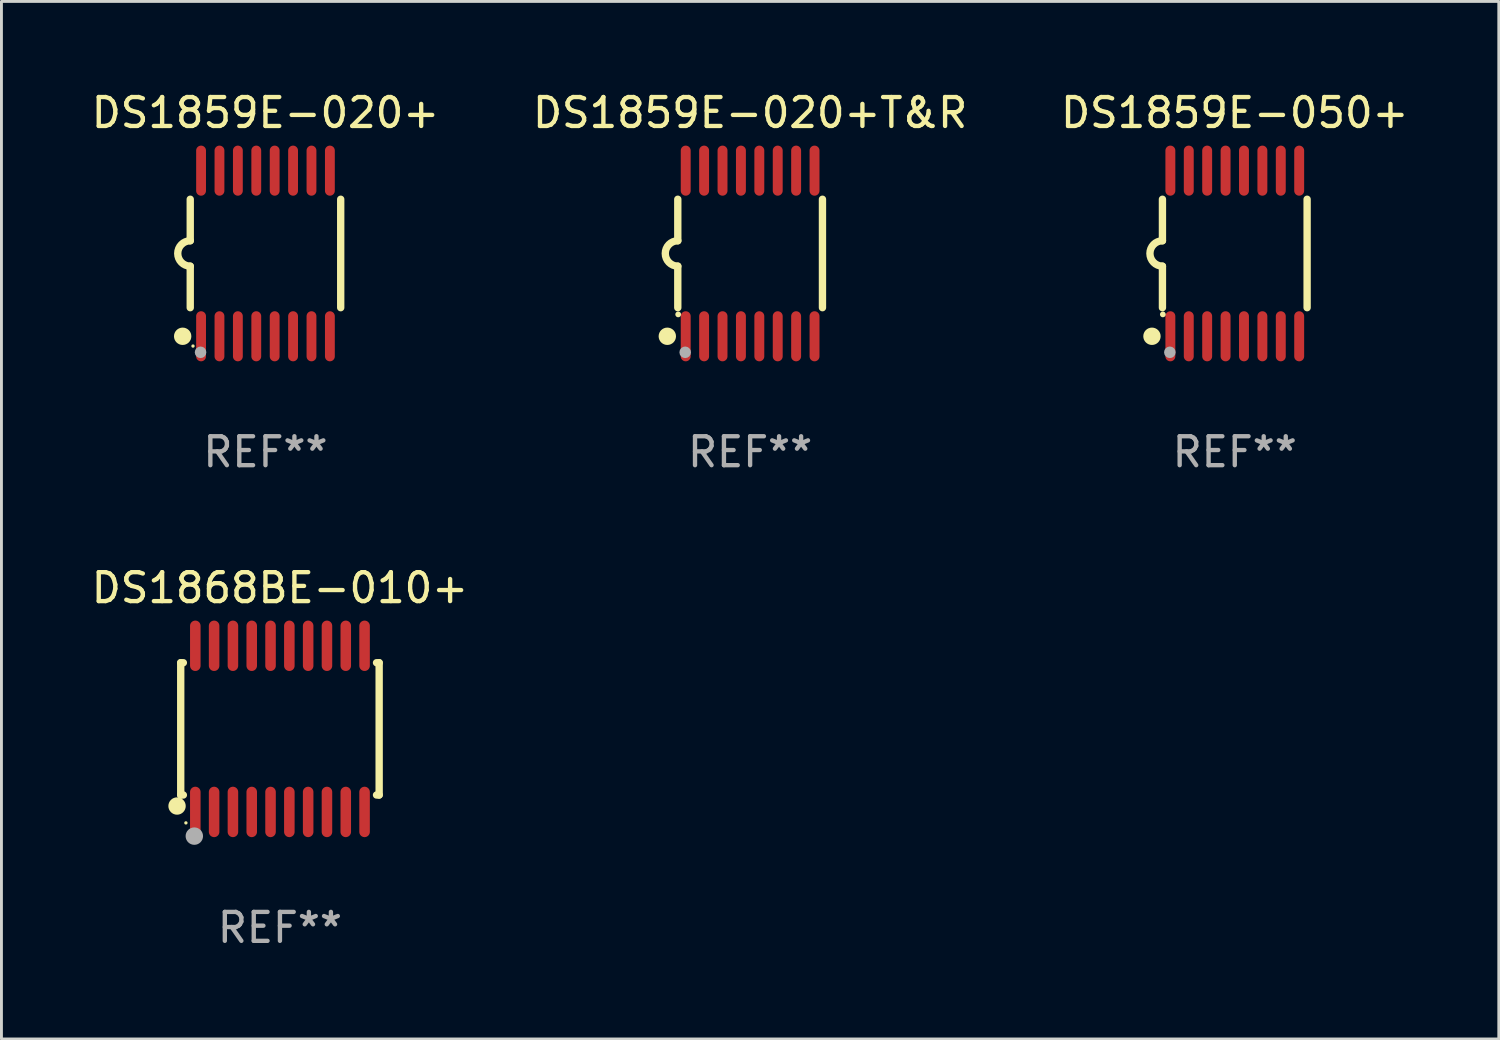
<source format=kicad_pcb>
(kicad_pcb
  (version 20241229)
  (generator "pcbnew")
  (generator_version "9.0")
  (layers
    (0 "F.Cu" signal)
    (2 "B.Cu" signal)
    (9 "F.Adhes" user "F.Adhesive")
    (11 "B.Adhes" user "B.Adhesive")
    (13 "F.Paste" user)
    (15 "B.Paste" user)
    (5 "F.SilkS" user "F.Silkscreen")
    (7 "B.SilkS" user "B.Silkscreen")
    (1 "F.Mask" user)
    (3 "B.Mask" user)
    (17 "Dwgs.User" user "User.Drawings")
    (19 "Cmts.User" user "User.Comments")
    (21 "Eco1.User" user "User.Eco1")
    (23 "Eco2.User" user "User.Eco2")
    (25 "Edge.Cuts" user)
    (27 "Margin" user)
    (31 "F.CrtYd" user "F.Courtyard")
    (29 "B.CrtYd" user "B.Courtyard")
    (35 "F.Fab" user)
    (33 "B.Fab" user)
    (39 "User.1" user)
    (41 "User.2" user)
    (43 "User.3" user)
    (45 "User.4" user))
  (footprint "DS1859E-020+T&R"
    (layer "F.Cu")
    (at 22.875 5.71)
    (property "Reference" "DS1859E-020+T&R" (at 0 -4.862 0) (layer "F.SilkS") (effects (font (size 1 1) (thickness 0.15))))
    (attr through_hole)
    (fp_line (start -2.5 -1.874) (end -2.5 -0.439) (stroke (width 0.254) (type solid)) (layer "F.SilkS"))
    (fp_line (start -2.5 1.874) (end -2.5 0.439) (stroke (width 0.254) (type solid)) (layer "F.SilkS"))
    (fp_line (start 2.5 -1.874) (end 2.5 1.874) (stroke (width 0.254) (type solid)) (layer "F.SilkS"))
    (fp_arc (start -2.5 0.438989) (mid -2.938633 -0.000597) (end -2.499365 -0.439547) (stroke (width 0.254001) (type solid)) (layer "F.SilkS"))
    (fp_circle (center -2.862 2.862) (end -2.712 2.862) (stroke (width 0.3) (type solid)) (fill no) (layer "F.SilkS"))
    (fp_circle (center -2.486 2.106) (end -2.436 2.106) (stroke (width 0.1) (type solid)) (fill no) (layer "F.SilkS"))
    (fp_circle (center -2.244 3.416) (end -2.144 3.416) (stroke (width 0.2) (type solid)) (fill no) (layer "F.Fab"))
    (fp_text user "REF**" (at 0 6.862 0) (layer "F.Fab") (effects (font (size 1 1) (thickness 0.15))))
    (pad "1" smd oval (at -2.226 2.862) (size 0.343 1.731) (layers "F.Cu" "F.Mask" "F.Paste"))
    (pad "2" smd oval (at -1.59 2.862) (size 0.343 1.731) (layers "F.Cu" "F.Mask" "F.Paste"))
    (pad "3" smd oval (at -0.954 2.862) (size 0.343 1.731) (layers "F.Cu" "F.Mask" "F.Paste"))
    (pad "4" smd oval (at -0.318 2.862) (size 0.343 1.731) (layers "F.Cu" "F.Mask" "F.Paste"))
    (pad "5" smd oval (at 0.318 2.862) (size 0.343 1.731) (layers "F.Cu" "F.Mask" "F.Paste"))
    (pad "6" smd oval (at 0.954 2.862) (size 0.343 1.731) (layers "F.Cu" "F.Mask" "F.Paste"))
    (pad "7" smd oval (at 1.59 2.862) (size 0.343 1.731) (layers "F.Cu" "F.Mask" "F.Paste"))
    (pad "8" smd oval (at 2.226 2.862) (size 0.343 1.731) (layers "F.Cu" "F.Mask" "F.Paste"))
    (pad "9" smd oval (at 2.226 -2.862) (size 0.343 1.731) (layers "F.Cu" "F.Mask" "F.Paste"))
    (pad "10" smd oval (at 1.59 -2.862) (size 0.343 1.731) (layers "F.Cu" "F.Mask" "F.Paste"))
    (pad "11" smd oval (at 0.954 -2.862) (size 0.343 1.731) (layers "F.Cu" "F.Mask" "F.Paste"))
    (pad "12" smd oval (at 0.318 -2.862) (size 0.343 1.731) (layers "F.Cu" "F.Mask" "F.Paste"))
    (pad "13" smd oval (at -0.318 -2.862) (size 0.343 1.731) (layers "F.Cu" "F.Mask" "F.Paste"))
    (pad "14" smd oval (at -0.954 -2.862) (size 0.343 1.731) (layers "F.Cu" "F.Mask" "F.Paste"))
    (pad "15" smd oval (at -1.59 -2.862) (size 0.343 1.731) (layers "F.Cu" "F.Mask" "F.Paste"))
    (pad "16" smd oval (at -2.226 -2.862) (size 0.343 1.731) (layers "F.Cu" "F.Mask" "F.Paste")))
  (footprint "DS1859E-050+"
    (layer "F.Cu")
    (at 39.625 5.71)
    (property "Reference" "DS1859E-050+" (at 0 -4.862 0) (layer "F.SilkS") (effects (font (size 1 1) (thickness 0.15))))
    (attr through_hole)
    (fp_line (start -2.5 -1.874) (end -2.5 -0.439) (stroke (width 0.254) (type solid)) (layer "F.SilkS"))
    (fp_line (start -2.5 1.874) (end -2.5 0.439) (stroke (width 0.254) (type solid)) (layer "F.SilkS"))
    (fp_line (start 2.5 -1.874) (end 2.5 1.874) (stroke (width 0.254) (type solid)) (layer "F.SilkS"))
    (fp_arc (start -2.5 0.438989) (mid -2.938633 -0.000597) (end -2.499365 -0.439547) (stroke (width 0.254001) (type solid)) (layer "F.SilkS"))
    (fp_circle (center -2.862 2.862) (end -2.712 2.862) (stroke (width 0.3) (type solid)) (fill no) (layer "F.SilkS"))
    (fp_circle (center -2.486 2.106) (end -2.436 2.106) (stroke (width 0.1) (type solid)) (fill no) (layer "F.SilkS"))
    (fp_circle (center -2.244 3.416) (end -2.144 3.416) (stroke (width 0.2) (type solid)) (fill no) (layer "F.Fab"))
    (fp_text user "REF**" (at 0 6.862 0) (layer "F.Fab") (effects (font (size 1 1) (thickness 0.15))))
    (pad "1" smd oval (at -2.226 2.862) (size 0.343 1.731) (layers "F.Cu" "F.Mask" "F.Paste"))
    (pad "2" smd oval (at -1.59 2.862) (size 0.343 1.731) (layers "F.Cu" "F.Mask" "F.Paste"))
    (pad "3" smd oval (at -0.954 2.862) (size 0.343 1.731) (layers "F.Cu" "F.Mask" "F.Paste"))
    (pad "4" smd oval (at -0.318 2.862) (size 0.343 1.731) (layers "F.Cu" "F.Mask" "F.Paste"))
    (pad "5" smd oval (at 0.318 2.862) (size 0.343 1.731) (layers "F.Cu" "F.Mask" "F.Paste"))
    (pad "6" smd oval (at 0.954 2.862) (size 0.343 1.731) (layers "F.Cu" "F.Mask" "F.Paste"))
    (pad "7" smd oval (at 1.59 2.862) (size 0.343 1.731) (layers "F.Cu" "F.Mask" "F.Paste"))
    (pad "8" smd oval (at 2.226 2.862) (size 0.343 1.731) (layers "F.Cu" "F.Mask" "F.Paste"))
    (pad "9" smd oval (at 2.226 -2.862) (size 0.343 1.731) (layers "F.Cu" "F.Mask" "F.Paste"))
    (pad "10" smd oval (at 1.59 -2.862) (size 0.343 1.731) (layers "F.Cu" "F.Mask" "F.Paste"))
    (pad "11" smd oval (at 0.954 -2.862) (size 0.343 1.731) (layers "F.Cu" "F.Mask" "F.Paste"))
    (pad "12" smd oval (at 0.318 -2.862) (size 0.343 1.731) (layers "F.Cu" "F.Mask" "F.Paste"))
    (pad "13" smd oval (at -0.318 -2.862) (size 0.343 1.731) (layers "F.Cu" "F.Mask" "F.Paste"))
    (pad "14" smd oval (at -0.954 -2.862) (size 0.343 1.731) (layers "F.Cu" "F.Mask" "F.Paste"))
    (pad "15" smd oval (at -1.59 -2.862) (size 0.343 1.731) (layers "F.Cu" "F.Mask" "F.Paste"))
    (pad "16" smd oval (at -2.226 -2.862) (size 0.343 1.731) (layers "F.Cu" "F.Mask" "F.Paste")))
  (footprint "DS1859E-020+"
    (layer "F.Cu")
    (at 6.125 5.71)
    (property "Reference" "DS1859E-020+" (at 0 -4.862 0) (layer "F.SilkS") (effects (font (size 1 1) (thickness 0.15))))
    (attr through_hole)
    (fp_line (start -2.6 -1.874) (end -2.6 -0.439) (stroke (width 0.254) (type solid)) (layer "F.SilkS"))
    (fp_line (start -2.6 1.874) (end -2.6 0.439) (stroke (width 0.254) (type solid)) (layer "F.SilkS"))
    (fp_line (start 2.6 -1.874) (end 2.6 1.874) (stroke (width 0.254) (type solid)) (layer "F.SilkS"))
    (fp_arc (start -2.6 0.438989) (mid -3.038633 -0.000597) (end -2.599365 -0.439547) (stroke (width 0.254001) (type solid)) (layer "F.SilkS"))
    (fp_circle (center -2.862 2.862) (end -2.712 2.862) (stroke (width 0.3) (type solid)) (fill no) (layer "F.SilkS"))
    (fp_circle (center -2.505 3.2) (end -2.475 3.2) (stroke (width 0.06) (type solid)) (fill no) (layer "F.SilkS"))
    (fp_circle (center -2.244 3.416) (end -2.144 3.416) (stroke (width 0.2) (type solid)) (fill no) (layer "F.Fab"))
    (fp_text user "REF**" (at 0 6.862 0) (layer "F.Fab") (effects (font (size 1 1) (thickness 0.15))))
    (pad "1" smd oval (at -2.226 2.862) (size 0.34 1.731) (layers "F.Cu" "F.Mask" "F.Paste"))
    (pad "2" smd oval (at -1.59 2.862) (size 0.34 1.731) (layers "F.Cu" "F.Mask" "F.Paste"))
    (pad "3" smd oval (at -0.954 2.862) (size 0.34 1.731) (layers "F.Cu" "F.Mask" "F.Paste"))
    (pad "4" smd oval (at -0.318 2.862) (size 0.34 1.731) (layers "F.Cu" "F.Mask" "F.Paste"))
    (pad "5" smd oval (at 0.318 2.862) (size 0.34 1.731) (layers "F.Cu" "F.Mask" "F.Paste"))
    (pad "6" smd oval (at 0.954 2.862) (size 0.34 1.731) (layers "F.Cu" "F.Mask" "F.Paste"))
    (pad "7" smd oval (at 1.59 2.862) (size 0.34 1.731) (layers "F.Cu" "F.Mask" "F.Paste"))
    (pad "8" smd oval (at 2.226 2.862) (size 0.34 1.731) (layers "F.Cu" "F.Mask" "F.Paste"))
    (pad "9" smd oval (at 2.226 -2.862) (size 0.34 1.731) (layers "F.Cu" "F.Mask" "F.Paste"))
    (pad "10" smd oval (at 1.59 -2.862) (size 0.34 1.731) (layers "F.Cu" "F.Mask" "F.Paste"))
    (pad "11" smd oval (at 0.954 -2.862) (size 0.34 1.731) (layers "F.Cu" "F.Mask" "F.Paste"))
    (pad "12" smd oval (at 0.318 -2.862) (size 0.34 1.731) (layers "F.Cu" "F.Mask" "F.Paste"))
    (pad "13" smd oval (at -0.318 -2.862) (size 0.34 1.731) (layers "F.Cu" "F.Mask" "F.Paste"))
    (pad "14" smd oval (at -0.954 -2.862) (size 0.34 1.731) (layers "F.Cu" "F.Mask" "F.Paste"))
    (pad "15" smd oval (at -1.59 -2.862) (size 0.34 1.731) (layers "F.Cu" "F.Mask" "F.Paste"))
    (pad "16" smd oval (at -2.226 -2.862) (size 0.34 1.731) (layers "F.Cu" "F.Mask" "F.Paste")))
  (footprint "DS1868BE-010+"
    (layer "F.Cu")
    (at 6.625 22.14)
    (property "Reference" "DS1868BE-010+" (at 0 -4.871 0) (layer "F.SilkS") (effects (font (size 1 1) (thickness 0.15))))
    (attr through_hole)
    (fp_line (start -3.429 -2.286) (end -3.429 2.286) (stroke (width 0.254) (type solid)) (layer "F.SilkS"))
    (fp_line (start -3.429 2.286) (end -3.338 2.286) (stroke (width 0.254) (type solid)) (layer "F.SilkS"))
    (fp_line (start -3.338 -2.286) (end -3.429 -2.286) (stroke (width 0.254) (type solid)) (layer "F.SilkS"))
    (fp_line (start 3.338 -2.286) (end 3.429 -2.286) (stroke (width 0.254) (type solid)) (layer "F.SilkS"))
    (fp_line (start 3.429 -2.286) (end 3.429 2.286) (stroke (width 0.254) (type solid)) (layer "F.SilkS"))
    (fp_line (start 3.429 2.286) (end 3.338 2.286) (stroke (width 0.254) (type solid)) (layer "F.SilkS"))
    (fp_circle (center -3.556 2.667) (end -3.406 2.667) (stroke (width 0.3) (type solid)) (fill no) (layer "F.SilkS"))
    (fp_circle (center -3.25 3.25) (end -3.22 3.25) (stroke (width 0.06) (type solid)) (fill no) (layer "F.SilkS"))
    (fp_circle (center -2.959 3.707) (end -2.808 3.707) (stroke (width 0.3) (type solid)) (fill no) (layer "F.Fab"))
    (fp_text user "REF**" (at 0 6.871 0) (layer "F.Fab") (effects (font (size 1 1) (thickness 0.15))))
    (pad "1" smd oval (at -2.925 2.871) (size 0.364 1.742) (layers "F.Cu" "F.Mask" "F.Paste"))
    (pad "2" smd oval (at -2.275 2.871) (size 0.364 1.742) (layers "F.Cu" "F.Mask" "F.Paste"))
    (pad "3" smd oval (at -1.625 2.871) (size 0.364 1.742) (layers "F.Cu" "F.Mask" "F.Paste"))
    (pad "4" smd oval (at -0.975 2.871) (size 0.364 1.742) (layers "F.Cu" "F.Mask" "F.Paste"))
    (pad "5" smd oval (at -0.325 2.871) (size 0.364 1.742) (layers "F.Cu" "F.Mask" "F.Paste"))
    (pad "6" smd oval (at 0.325 2.871) (size 0.364 1.742) (layers "F.Cu" "F.Mask" "F.Paste"))
    (pad "7" smd oval (at 0.975 2.871) (size 0.364 1.742) (layers "F.Cu" "F.Mask" "F.Paste"))
    (pad "8" smd oval (at 1.625 2.871) (size 0.364 1.742) (layers "F.Cu" "F.Mask" "F.Paste"))
    (pad "9" smd oval (at 2.275 2.871) (size 0.364 1.742) (layers "F.Cu" "F.Mask" "F.Paste"))
    (pad "10" smd oval (at 2.925 2.871) (size 0.364 1.742) (layers "F.Cu" "F.Mask" "F.Paste"))
    (pad "11" smd oval (at 2.925 -2.871) (size 0.364 1.742) (layers "F.Cu" "F.Mask" "F.Paste"))
    (pad "12" smd oval (at 2.275 -2.871) (size 0.364 1.742) (layers "F.Cu" "F.Mask" "F.Paste"))
    (pad "13" smd oval (at 1.625 -2.871) (size 0.364 1.742) (layers "F.Cu" "F.Mask" "F.Paste"))
    (pad "14" smd oval (at 0.975 -2.871) (size 0.364 1.742) (layers "F.Cu" "F.Mask" "F.Paste"))
    (pad "15" smd oval (at 0.325 -2.871) (size 0.364 1.742) (layers "F.Cu" "F.Mask" "F.Paste"))
    (pad "16" smd oval (at -0.325 -2.871) (size 0.364 1.742) (layers "F.Cu" "F.Mask" "F.Paste"))
    (pad "17" smd oval (at -0.975 -2.871) (size 0.364 1.742) (layers "F.Cu" "F.Mask" "F.Paste"))
    (pad "18" smd oval (at -1.625 -2.871) (size 0.364 1.742) (layers "F.Cu" "F.Mask" "F.Paste"))
    (pad "19" smd oval (at -2.275 -2.871) (size 0.364 1.742) (layers "F.Cu" "F.Mask" "F.Paste"))
    (pad "20" smd oval (at -2.925 -2.871) (size 0.364 1.742) (layers "F.Cu" "F.Mask" "F.Paste")))
  (gr_rect
    (start -3 -3)
    (end 48.75 32.859)
    (stroke (width 0.1) (type default))
    (fill no)
    (layer "Edge.Cuts")))
</source>
